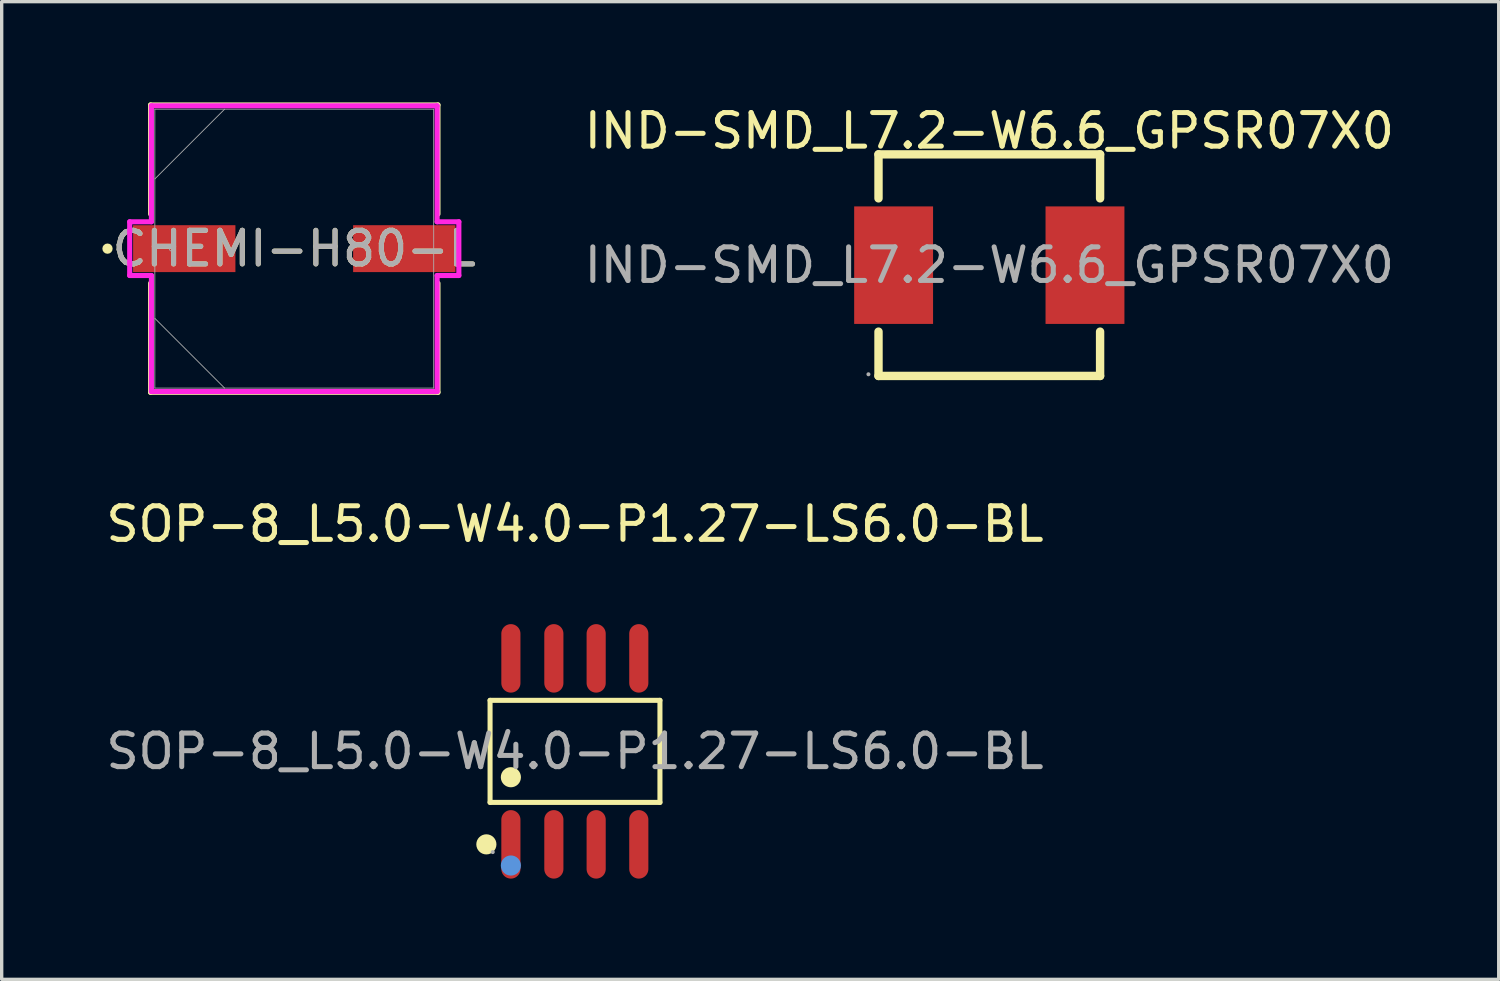
<source format=kicad_pcb>
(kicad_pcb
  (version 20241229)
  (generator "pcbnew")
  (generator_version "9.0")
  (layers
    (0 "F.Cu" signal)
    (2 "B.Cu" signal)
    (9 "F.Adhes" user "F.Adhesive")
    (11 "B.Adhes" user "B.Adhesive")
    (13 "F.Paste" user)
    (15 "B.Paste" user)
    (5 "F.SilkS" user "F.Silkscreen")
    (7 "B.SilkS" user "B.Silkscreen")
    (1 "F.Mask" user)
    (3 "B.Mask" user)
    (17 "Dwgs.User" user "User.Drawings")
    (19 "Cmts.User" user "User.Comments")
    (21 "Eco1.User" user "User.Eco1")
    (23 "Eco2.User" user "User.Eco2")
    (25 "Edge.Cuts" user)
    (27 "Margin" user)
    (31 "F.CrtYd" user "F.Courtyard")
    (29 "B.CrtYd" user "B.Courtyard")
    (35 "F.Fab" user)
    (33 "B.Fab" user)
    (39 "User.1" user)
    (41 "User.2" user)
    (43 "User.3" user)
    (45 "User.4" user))
  (footprint "IND-SMD_L7.2-W6.6_GPSR07X0"
    (layer "F.Cu")
    (at 26.417 4.848)
    (property "Reference" "IND-SMD_L7.2-W6.6_GPSR07X0" (at 0 -4 0) (layer "F.SilkS") (effects (font (size 1 1) (thickness 0.15))))
    (attr smd)
    (fp_line (start -3.3 -3.3) (end -3.3 -1.99) (stroke (width 0.25) (type solid)) (layer "F.SilkS"))
    (fp_line (start -3.3 -3.3) (end 3.3 -3.3) (stroke (width 0.25) (type solid)) (layer "F.SilkS"))
    (fp_line (start -3.3 1.98) (end -3.3 3.3) (stroke (width 0.25) (type solid)) (layer "F.SilkS"))
    (fp_line (start -3.3 3.3) (end 3.3 3.3) (stroke (width 0.25) (type solid)) (layer "F.SilkS"))
    (fp_line (start 3.3 -3.3) (end 3.3 -1.99) (stroke (width 0.25) (type solid)) (layer "F.SilkS"))
    (fp_line (start 3.3 1.98) (end 3.3 3.3) (stroke (width 0.25) (type solid)) (layer "F.SilkS"))
    (fp_circle (center -3.6 3.25) (end -3.57 3.25) (stroke (width 0.06) (type solid)) (fill no) (layer "F.Fab"))
    (fp_text user "${REFERENCE}" (at 0 0 0) (layer "F.Fab") (effects (font (size 1 1) (thickness 0.15))))
    (pad "1" smd rect (at -2.85 0) (size 2.35 3.5) (layers "F.Cu" "F.Mask" "F.Paste"))
    (pad "2" smd rect (at 2.85 0) (size 2.35 3.5) (layers "F.Cu" "F.Mask" "F.Paste")))
  (footprint "SOP-8_L5.0-W4.0-P1.27-LS6.0-BL"
    (layer "F.Cu")
    (at 14.077 19.33)
    (property "Reference" "SOP-8_L5.0-W4.0-P1.27-LS6.0-BL" (at 0 -6.77 0) (layer "F.SilkS") (effects (font (size 1 1) (thickness 0.15))))
    (attr smd)
    (fp_line (start -2.53 -1.52) (end 2.53 -1.52) (stroke (width 0.15) (type solid)) (layer "F.SilkS"))
    (fp_line (start -2.53 1.52) (end -2.53 -1.52) (stroke (width 0.15) (type solid)) (layer "F.SilkS"))
    (fp_line (start 2.53 -1.52) (end 2.53 1.52) (stroke (width 0.15) (type solid)) (layer "F.SilkS"))
    (fp_line (start 2.53 1.52) (end -2.53 1.52) (stroke (width 0.15) (type solid)) (layer "F.SilkS"))
    (fp_circle (center -2.64 2.77) (end -2.49 2.77) (stroke (width 0.3) (type solid)) (fill no) (layer "F.SilkS"))
    (fp_circle (center -1.91 0.77) (end -1.76 0.77) (stroke (width 0.3) (type solid)) (fill no) (layer "F.SilkS"))
    (fp_circle (center -1.91 3.4) (end -1.76 3.4) (stroke (width 0.3) (type solid)) (fill no) (layer "Cmts.User"))
    (fp_circle (center -2.45 3) (end -2.42 3) (stroke (width 0.06) (type solid)) (fill no) (layer "F.Fab"))
    (fp_text user "${REFERENCE}" (at 0 0 0) (layer "F.Fab") (effects (font (size 1 1) (thickness 0.15))))
    (pad "1" smd oval (at -1.91 2.77) (size 0.57 2.04) (layers "F.Cu" "F.Mask" "F.Paste"))
    (pad "2" smd oval (at -0.63 2.77) (size 0.57 2.04) (layers "F.Cu" "F.Mask" "F.Paste"))
    (pad "3" smd oval (at 0.63 2.77) (size 0.57 2.04) (layers "F.Cu" "F.Mask" "F.Paste"))
    (pad "4" smd oval (at 1.9 2.77) (size 0.57 2.04) (layers "F.Cu" "F.Mask" "F.Paste"))
    (pad "5" smd oval (at 1.9 -2.77) (size 0.57 2.04) (layers "F.Cu" "F.Mask" "F.Paste"))
    (pad "6" smd oval (at 0.63 -2.77) (size 0.57 2.04) (layers "F.Cu" "F.Mask" "F.Paste"))
    (pad "7" smd oval (at -0.63 -2.77) (size 0.57 2.04) (layers "F.Cu" "F.Mask" "F.Paste"))
    (pad "8" smd oval (at -1.91 -2.77) (size 0.57 2.04) (layers "F.Cu" "F.Mask" "F.Paste")))
  (footprint "CHEMI-H80-L"
    (layer "F.Cu")
    (at 5.715 4.356)
    (property "Reference" "CHEMI-H80-L" (at 0 0 0) (unlocked yes) (layer "F.SilkS") (effects (font (size 1 1) (thickness 0.15))))
    (attr smd)
    (fp_line (start -4.28 -4.28) (end -4.28 -1.031) (stroke (width 0.152) (type solid)) (layer "F.SilkS"))
    (fp_line (start -4.28 1.031) (end -4.28 4.28) (stroke (width 0.152) (type solid)) (layer "F.SilkS"))
    (fp_line (start -4.28 4.28) (end 4.28 4.28) (stroke (width 0.152) (type solid)) (layer "F.SilkS"))
    (fp_line (start 4.28 -4.28) (end -4.28 -4.28) (stroke (width 0.152) (type solid)) (layer "F.SilkS"))
    (fp_line (start 4.28 -1.031) (end 4.28 -4.28) (stroke (width 0.152) (type solid)) (layer "F.SilkS"))
    (fp_line (start 4.28 4.28) (end 4.28 1.031) (stroke (width 0.152) (type solid)) (layer "F.SilkS"))
    (fp_circle (center -5.563 0) (end -5.486 0) (stroke (width 0.152) (type solid)) (fill no) (layer "F.SilkS"))
    (fp_line (start -4.902 -0.8) (end -4.255 -0.8) (stroke (width 0.152) (type solid)) (layer "F.CrtYd"))
    (fp_line (start -4.902 0.8) (end -4.902 -0.8) (stroke (width 0.152) (type solid)) (layer "F.CrtYd"))
    (fp_line (start -4.255 -4.255) (end 4.255 -4.255) (stroke (width 0.152) (type solid)) (layer "F.CrtYd"))
    (fp_line (start -4.255 -0.8) (end -4.255 -4.255) (stroke (width 0.152) (type solid)) (layer "F.CrtYd"))
    (fp_line (start -4.255 0.8) (end -4.902 0.8) (stroke (width 0.152) (type solid)) (layer "F.CrtYd"))
    (fp_line (start -4.255 4.255) (end -4.255 0.8) (stroke (width 0.152) (type solid)) (layer "F.CrtYd"))
    (fp_line (start 4.255 -4.255) (end 4.255 -0.8) (stroke (width 0.152) (type solid)) (layer "F.CrtYd"))
    (fp_line (start 4.255 -0.8) (end 4.902 -0.8) (stroke (width 0.152) (type solid)) (layer "F.CrtYd"))
    (fp_line (start 4.255 0.8) (end 4.255 4.255) (stroke (width 0.152) (type solid)) (layer "F.CrtYd"))
    (fp_line (start 4.255 4.255) (end -4.255 4.255) (stroke (width 0.152) (type solid)) (layer "F.CrtYd"))
    (fp_line (start 4.902 -0.8) (end 4.902 0.8) (stroke (width 0.152) (type solid)) (layer "F.CrtYd"))
    (fp_line (start 4.902 0.8) (end 4.255 0.8) (stroke (width 0.152) (type solid)) (layer "F.CrtYd"))
    (fp_line (start -4.153 -4.153) (end -4.153 4.153) (stroke (width 0.025) (type solid)) (layer "F.Fab"))
    (fp_line (start -4.153 -2.076) (end -2.076 -4.153) (stroke (width 0.025) (type solid)) (layer "F.Fab"))
    (fp_line (start -4.153 2.076) (end -2.076 4.153) (stroke (width 0.025) (type solid)) (layer "F.Fab"))
    (fp_line (start -4.153 4.153) (end 4.153 4.153) (stroke (width 0.025) (type solid)) (layer "F.Fab"))
    (fp_line (start 4.153 -4.153) (end -4.153 -4.153) (stroke (width 0.025) (type solid)) (layer "F.Fab"))
    (fp_line (start 4.153 4.153) (end 4.153 -4.153) (stroke (width 0.025) (type solid)) (layer "F.Fab"))
    (fp_circle (center -3.645 0) (end -3.569 0) (stroke (width 0.025) (type solid)) (fill no) (layer "F.Fab"))
    (fp_text user "${REFERENCE}" (at 0 0 0) (unlocked yes) (layer "F.Fab") (effects (font (size 1 1) (thickness 0.15))))
    (pad "1" smd rect (at -3.277 0) (size 3.048 1.397) (layers "F.Cu" "F.Mask" "F.Paste"))
    (pad "2" smd rect (at 3.277 0) (size 3.048 1.397) (layers "F.Cu" "F.Mask" "F.Paste"))
    (zone (net_name "") (layer "F.Cu") (hatch full 0.508) (connect_pads) (min_thickness 0.254) (filled_areas_thickness no) (keepout (tracks not_allowed) (vias not_allowed) (pads allowed) (copperpour not_allowed) (footprints allowed)) (placement (enabled no)) (fill) (polygon (pts (xy 1.613 0.254) (xy 9.817 0.254) (xy 9.817 3.607) (xy 1.613 3.607))))
    (zone (net_name "") (layer "F.Cu") (hatch full 0.508) (connect_pads) (min_thickness 0.254) (filled_areas_thickness no) (keepout (tracks not_allowed) (vias not_allowed) (pads allowed) (copperpour not_allowed) (footprints allowed)) (placement (enabled no)) (fill) (polygon (pts (xy 1.613 5.105) (xy 9.817 5.105) (xy 9.817 8.458) (xy 1.613 8.458))))
    (zone (net_name "") (layer "F.Cu") (hatch full 0.508) (connect_pads) (min_thickness 0.254) (filled_areas_thickness no) (keepout (tracks not_allowed) (vias not_allowed) (pads allowed) (copperpour not_allowed) (footprints allowed)) (placement (enabled no)) (fill) (polygon (pts (xy 4.013 3.607) (xy 7.417 3.607) (xy 7.417 5.105) (xy 4.013 5.105)))))
  (gr_rect
    (start -3 -3)
    (end 41.59 26.12)
    (stroke (width 0.1) (type default))
    (fill no)
    (layer "Edge.Cuts")))
</source>
